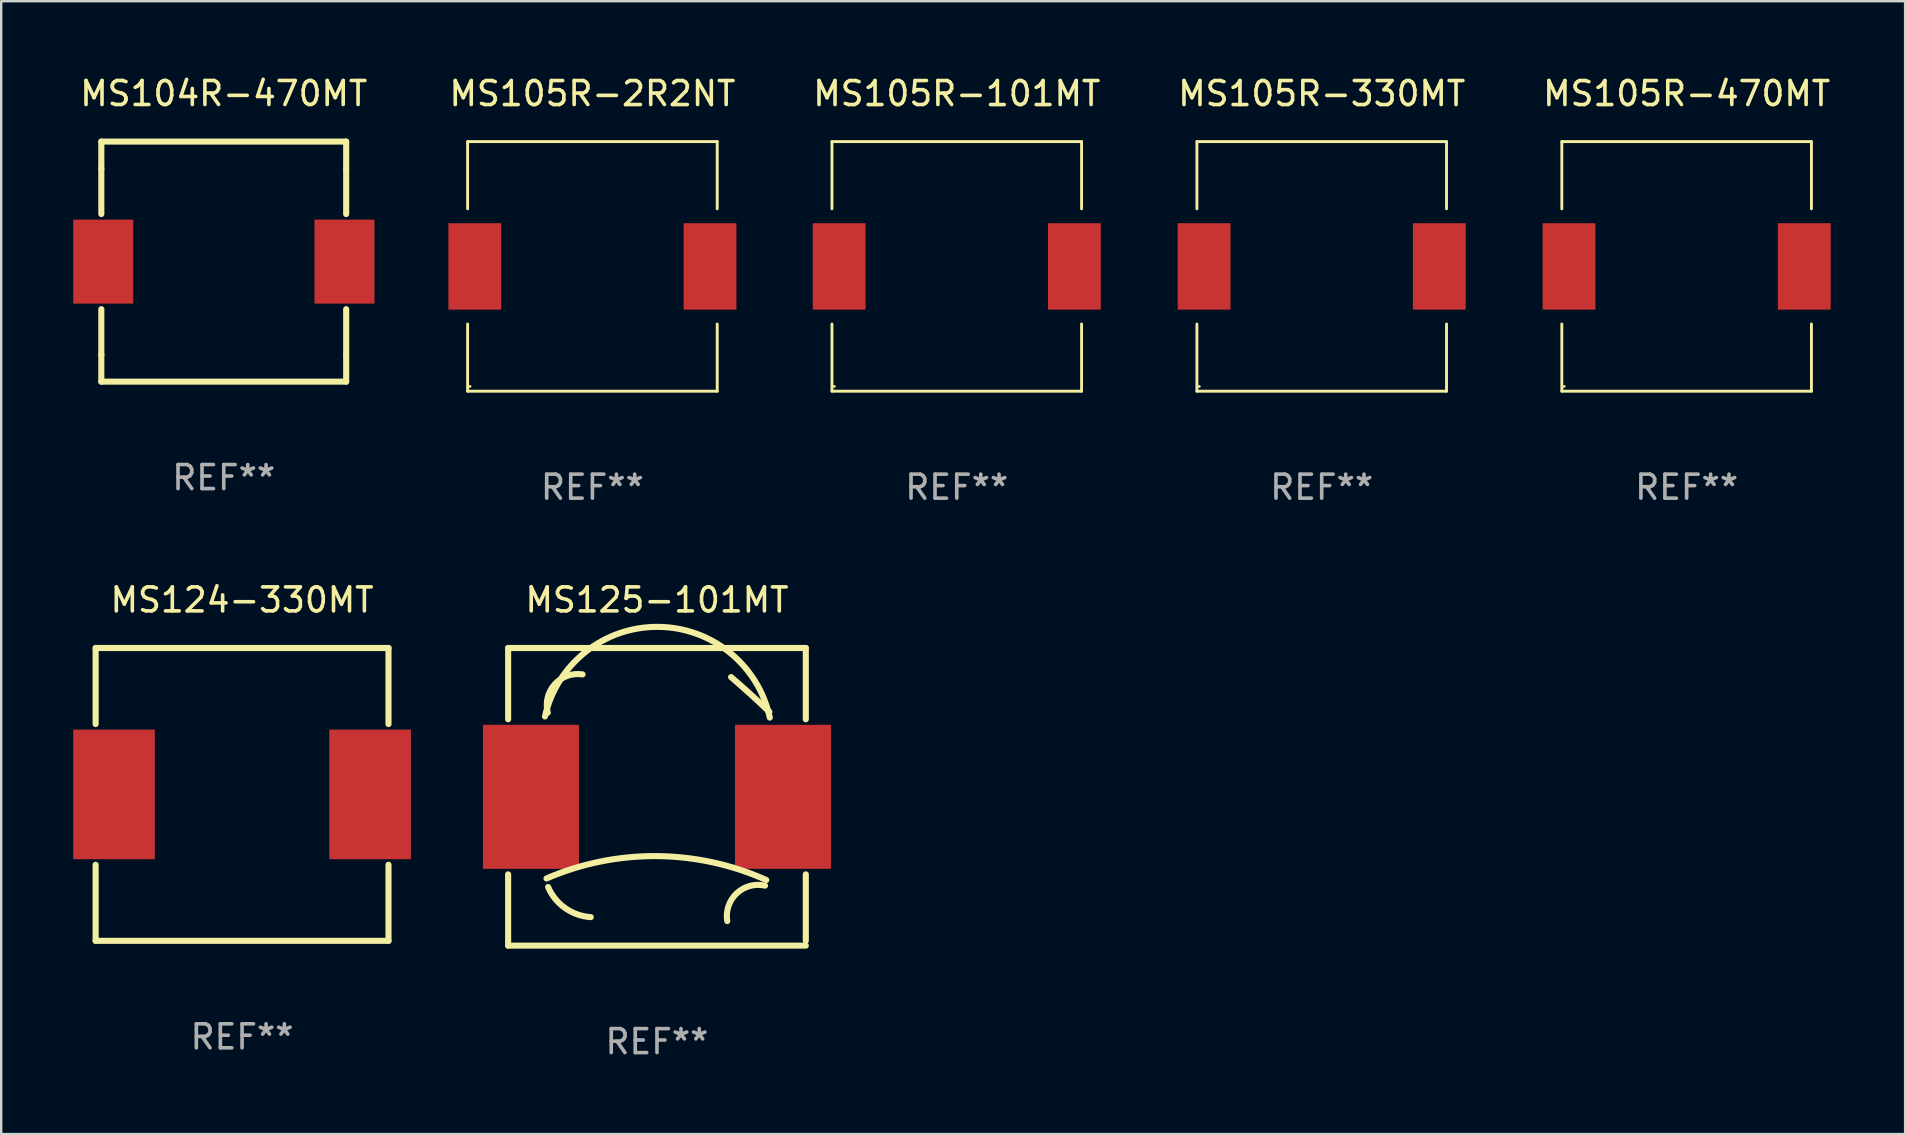
<source format=kicad_pcb>
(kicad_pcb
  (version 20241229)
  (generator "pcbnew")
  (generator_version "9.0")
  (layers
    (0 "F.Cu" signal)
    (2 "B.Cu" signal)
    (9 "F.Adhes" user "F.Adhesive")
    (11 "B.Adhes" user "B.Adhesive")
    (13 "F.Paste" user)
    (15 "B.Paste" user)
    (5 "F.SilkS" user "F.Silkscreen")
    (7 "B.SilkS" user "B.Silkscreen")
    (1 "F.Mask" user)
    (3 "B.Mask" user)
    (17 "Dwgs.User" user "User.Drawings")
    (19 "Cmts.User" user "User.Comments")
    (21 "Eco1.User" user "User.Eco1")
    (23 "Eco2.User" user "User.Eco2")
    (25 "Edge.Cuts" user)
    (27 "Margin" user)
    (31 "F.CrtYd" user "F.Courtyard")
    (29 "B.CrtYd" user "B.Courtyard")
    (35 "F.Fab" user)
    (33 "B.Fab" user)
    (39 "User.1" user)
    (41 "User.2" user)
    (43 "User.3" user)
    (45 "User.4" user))
  (footprint "MS124-330MT"
    (layer "F.Cu")
    (at 7.034 30.044)
    (property "Reference" "MS124-330MT" (at 0 -8.1 0) (layer "F.SilkS") (effects (font (size 1 1) (thickness 0.15))))
    (attr through_hole)
    (fp_line (start -6.1 -6.1) (end -6.1 -2.931) (stroke (width 0.254) (type solid)) (layer "F.SilkS"))
    (fp_line (start -6.1 -6.1) (end 6.1 -6.1) (stroke (width 0.254) (type solid)) (layer "F.SilkS"))
    (fp_line (start -6.1 6.1) (end -6.1 2.931) (stroke (width 0.254) (type solid)) (layer "F.SilkS"))
    (fp_line (start -6.1 6.1) (end 6.1 6.1) (stroke (width 0.254) (type solid)) (layer "F.SilkS"))
    (fp_line (start 6.1 -6.1) (end 6.1 -2.931) (stroke (width 0.254) (type solid)) (layer "F.SilkS"))
    (fp_line (start 6.1 2.931) (end 6.1 6.1) (stroke (width 0.254) (type solid)) (layer "F.SilkS"))
    (fp_circle (center -6.1 6.1) (end -6.07 6.1) (stroke (width 0.06) (type solid)) (fill no) (layer "F.SilkS"))
    (fp_text user "REF**" (at 0 10.1 0) (layer "F.Fab") (effects (font (size 1 1) (thickness 0.15))))
    (pad "1" smd rect (at -5.334 0 90) (size 5.4 3.4) (layers "F.Cu" "F.Mask" "F.Paste"))
    (pad "2" smd rect (at 5.334 0 90) (size 5.4 3.4) (layers "F.Cu" "F.Mask" "F.Paste")))
  (footprint "MS105R-2R2NT"
    (layer "F.Cu")
    (at 21.629 8.048)
    (property "Reference" "MS105R-2R2NT" (at 0 -7.199 0) (layer "F.SilkS") (effects (font (size 1 1) (thickness 0.15))))
    (attr through_hole)
    (fp_line (start -5.199 -5.199) (end 5.199 -5.199) (stroke (width 0.12) (type solid)) (layer "F.SilkS"))
    (fp_line (start -5.199 -2.4) (end -5.199 -5.199) (stroke (width 0.12) (type solid)) (layer "F.SilkS"))
    (fp_line (start -5.199 2.4) (end -5.199 5.199) (stroke (width 0.12) (type solid)) (layer "F.SilkS"))
    (fp_line (start -5.199 5.199) (end 5.199 5.199) (stroke (width 0.12) (type solid)) (layer "F.SilkS"))
    (fp_line (start 5.199 -5.199) (end 5.199 -2.4) (stroke (width 0.12) (type solid)) (layer "F.SilkS"))
    (fp_line (start 5.199 5.199) (end 5.199 2.4) (stroke (width 0.12) (type solid)) (layer "F.SilkS"))
    (fp_circle (center -5.1 5) (end -5.07 5) (stroke (width 0.06) (type solid)) (fill no) (layer "F.SilkS"))
    (fp_text user "REF**" (at 0 9.199 0) (layer "F.Fab") (effects (font (size 1 1) (thickness 0.15))))
    (pad "1" smd rect (at -4.9 0) (size 2.2 3.6) (layers "F.Cu" "F.Mask" "F.Paste"))
    (pad "2" smd rect (at 4.9 0) (size 2.2 3.6) (layers "F.Cu" "F.Mask" "F.Paste")))
  (footprint "MS105R-101MT"
    (layer "F.Cu")
    (at 36.807 8.048)
    (property "Reference" "MS105R-101MT" (at 0 -7.199 0) (layer "F.SilkS") (effects (font (size 1 1) (thickness 0.15))))
    (attr through_hole)
    (fp_line (start -5.199 -5.199) (end 5.199 -5.199) (stroke (width 0.12) (type solid)) (layer "F.SilkS"))
    (fp_line (start -5.199 -2.4) (end -5.199 -5.199) (stroke (width 0.12) (type solid)) (layer "F.SilkS"))
    (fp_line (start -5.199 2.4) (end -5.199 5.199) (stroke (width 0.12) (type solid)) (layer "F.SilkS"))
    (fp_line (start -5.199 5.199) (end 5.199 5.199) (stroke (width 0.12) (type solid)) (layer "F.SilkS"))
    (fp_line (start 5.199 -5.199) (end 5.199 -2.4) (stroke (width 0.12) (type solid)) (layer "F.SilkS"))
    (fp_line (start 5.199 5.199) (end 5.199 2.4) (stroke (width 0.12) (type solid)) (layer "F.SilkS"))
    (fp_circle (center -5.1 5) (end -5.07 5) (stroke (width 0.06) (type solid)) (fill no) (layer "F.SilkS"))
    (fp_text user "REF**" (at 0 9.199 0) (layer "F.Fab") (effects (font (size 1 1) (thickness 0.15))))
    (pad "1" smd rect (at -4.9 0) (size 2.2 3.6) (layers "F.Cu" "F.Mask" "F.Paste"))
    (pad "2" smd rect (at 4.9 0) (size 2.2 3.6) (layers "F.Cu" "F.Mask" "F.Paste")))
  (footprint "MS125-101MT"
    (layer "F.Cu")
    (at 24.318 30.144)
    (property "Reference" "MS125-101MT" (at 0 -8.2 0) (layer "F.SilkS") (effects (font (size 1 1) (thickness 0.15))))
    (attr through_hole)
    (fp_line (start -6.2 -6.2) (end -6.2 -3.231) (stroke (width 0.254) (type solid)) (layer "F.SilkS"))
    (fp_line (start -6.2 -6.2) (end 6.2 -6.2) (stroke (width 0.254) (type solid)) (layer "F.SilkS"))
    (fp_line (start -6.2 3.231) (end -6.2 6.2) (stroke (width 0.254) (type solid)) (layer "F.SilkS"))
    (fp_line (start -6.2 6.2) (end 6.2 6.2) (stroke (width 0.254) (type solid)) (layer "F.SilkS"))
    (fp_line (start 6.2 -6.2) (end 6.2 -3.231) (stroke (width 0.254) (type solid)) (layer "F.SilkS"))
    (fp_line (start 6.2 3.231) (end 6.2 6) (stroke (width 0.254) (type solid)) (layer "F.SilkS"))
    (fp_arc (start -4.666268 -3.347523) (mid 0.035925 -7.080035) (end 4.7 -3.3) (stroke (width 0.254001) (type solid)) (layer "F.SilkS"))
    (fp_arc (start -4.6 3.4) (mid -0.017181 2.469621) (end 4.552248 3.463678) (stroke (width 0.254001) (type solid)) (layer "F.SilkS"))
    (fp_arc (start -4.54986 -3.504115) (mid -4.254361 -4.692196) (end -3.1 -5.099999) (stroke (width 0.254001) (type solid)) (layer "F.SilkS"))
    (fp_arc (start -2.758293 5.011176) (mid -3.822943 4.635946) (end -4.534316 3.759462) (stroke (width 0.254001) (type solid)) (layer "F.SilkS"))
    (fp_arc (start 2.927153 5.17587) (mid 3.321583 4.020185) (end 4.5 3.7) (stroke (width 0.254001) (type solid)) (layer "F.SilkS"))
    (fp_arc (start 3.08763 -4.988189) (mid 3.895745 -4.274456) (end 4.683515 -3.538329) (stroke (width 0.254001) (type solid)) (layer "F.SilkS"))
    (fp_circle (center -6.15 6.15) (end -6.12 6.15) (stroke (width 0.06) (type solid)) (fill no) (layer "F.SilkS"))
    (fp_text user "REF**" (at 0 10.2 0) (layer "F.Fab") (effects (font (size 1 1) (thickness 0.15))))
    (pad "1" smd rect (at -5.25 0) (size 4 6) (layers "F.Cu" "F.Mask" "F.Paste"))
    (pad "2" smd rect (at 5.25 0) (size 4 6) (layers "F.Cu" "F.Mask" "F.Paste")))
  (footprint "MS104R-470MT"
    (layer "F.Cu")
    (at 6.271 7.848)
    (property "Reference" "MS104R-470MT" (at 0 -7 0) (layer "F.SilkS") (effects (font (size 1 1) (thickness 0.15))))
    (attr through_hole)
    (fp_line (start -5.1 -5) (end 5.1 -5) (stroke (width 0.254) (type solid)) (layer "F.SilkS"))
    (fp_line (start -5.1 -3.881) (end -5.1 -5) (stroke (width 0.254) (type solid)) (layer "F.SilkS"))
    (fp_line (start -5.1 -3.881) (end -5.1 -1.981) (stroke (width 0.254) (type solid)) (layer "F.SilkS"))
    (fp_line (start -5.1 1.981) (end -5.1 3.881) (stroke (width 0.254) (type solid)) (layer "F.SilkS"))
    (fp_line (start -5.1 5) (end -5.1 3.881) (stroke (width 0.254) (type solid)) (layer "F.SilkS"))
    (fp_line (start -5.1 5) (end 5.1 5) (stroke (width 0.254) (type solid)) (layer "F.SilkS"))
    (fp_line (start 5.1 -5) (end 5.1 -3.881) (stroke (width 0.254) (type solid)) (layer "F.SilkS"))
    (fp_line (start 5.1 -3.881) (end 5.1 -1.981) (stroke (width 0.254) (type solid)) (layer "F.SilkS"))
    (fp_line (start 5.1 1.981) (end 5.1 3.881) (stroke (width 0.254) (type solid)) (layer "F.SilkS"))
    (fp_line (start 5.1 3.881) (end 5.1 5) (stroke (width 0.254) (type solid)) (layer "F.SilkS"))
    (fp_circle (center -5.1 5) (end -5.07 5) (stroke (width 0.06) (type solid)) (fill no) (layer "F.SilkS"))
    (fp_text user "REF**" (at 0 9 0) (layer "F.Fab") (effects (font (size 1 1) (thickness 0.15))))
    (pad "1" smd rect (at -5.021 0) (size 2.5 3.5) (layers "F.Cu" "F.Mask" "F.Paste"))
    (pad "2" smd rect (at 5.03 0) (size 2.5 3.5) (layers "F.Cu" "F.Mask" "F.Paste")))
  (footprint "MS105R-330MT"
    (layer "F.Cu")
    (at 52.01 8.048)
    (property "Reference" "MS105R-330MT" (at 0 -7.199 0) (layer "F.SilkS") (effects (font (size 1 1) (thickness 0.15))))
    (attr through_hole)
    (fp_line (start -5.199 -5.199) (end 5.199 -5.199) (stroke (width 0.12) (type solid)) (layer "F.SilkS"))
    (fp_line (start -5.199 -2.4) (end -5.199 -5.199) (stroke (width 0.12) (type solid)) (layer "F.SilkS"))
    (fp_line (start -5.199 2.4) (end -5.199 5.199) (stroke (width 0.12) (type solid)) (layer "F.SilkS"))
    (fp_line (start -5.199 5.199) (end 5.199 5.199) (stroke (width 0.12) (type solid)) (layer "F.SilkS"))
    (fp_line (start 5.199 -5.199) (end 5.199 -2.4) (stroke (width 0.12) (type solid)) (layer "F.SilkS"))
    (fp_line (start 5.199 5.199) (end 5.199 2.4) (stroke (width 0.12) (type solid)) (layer "F.SilkS"))
    (fp_circle (center -5.1 5) (end -5.07 5) (stroke (width 0.06) (type solid)) (fill no) (layer "F.SilkS"))
    (fp_text user "REF**" (at 0 9.199 0) (layer "F.Fab") (effects (font (size 1 1) (thickness 0.15))))
    (pad "1" smd rect (at -4.9 0) (size 2.2 3.6) (layers "F.Cu" "F.Mask" "F.Paste"))
    (pad "2" smd rect (at 4.9 0) (size 2.2 3.6) (layers "F.Cu" "F.Mask" "F.Paste")))
  (footprint "MS105R-470MT"
    (layer "F.Cu")
    (at 67.212 8.048)
    (property "Reference" "MS105R-470MT" (at 0 -7.199 0) (layer "F.SilkS") (effects (font (size 1 1) (thickness 0.15))))
    (attr through_hole)
    (fp_line (start -5.199 -5.199) (end 5.199 -5.199) (stroke (width 0.12) (type solid)) (layer "F.SilkS"))
    (fp_line (start -5.199 -2.4) (end -5.199 -5.199) (stroke (width 0.12) (type solid)) (layer "F.SilkS"))
    (fp_line (start -5.199 2.4) (end -5.199 5.199) (stroke (width 0.12) (type solid)) (layer "F.SilkS"))
    (fp_line (start -5.199 5.199) (end 5.199 5.199) (stroke (width 0.12) (type solid)) (layer "F.SilkS"))
    (fp_line (start 5.199 -5.199) (end 5.199 -2.4) (stroke (width 0.12) (type solid)) (layer "F.SilkS"))
    (fp_line (start 5.199 5.199) (end 5.199 2.4) (stroke (width 0.12) (type solid)) (layer "F.SilkS"))
    (fp_circle (center -5.1 5) (end -5.07 5) (stroke (width 0.06) (type solid)) (fill no) (layer "F.SilkS"))
    (fp_text user "REF**" (at 0 9.199 0) (layer "F.Fab") (effects (font (size 1 1) (thickness 0.15))))
    (pad "1" smd rect (at -4.9 0) (size 2.2 3.6) (layers "F.Cu" "F.Mask" "F.Paste"))
    (pad "2" smd rect (at 4.9 0) (size 2.2 3.6) (layers "F.Cu" "F.Mask" "F.Paste")))
  (gr_rect
    (start -3 -3)
    (end 76.313 44.192)
    (stroke (width 0.1) (type default))
    (fill no)
    (layer "Edge.Cuts")))
</source>
